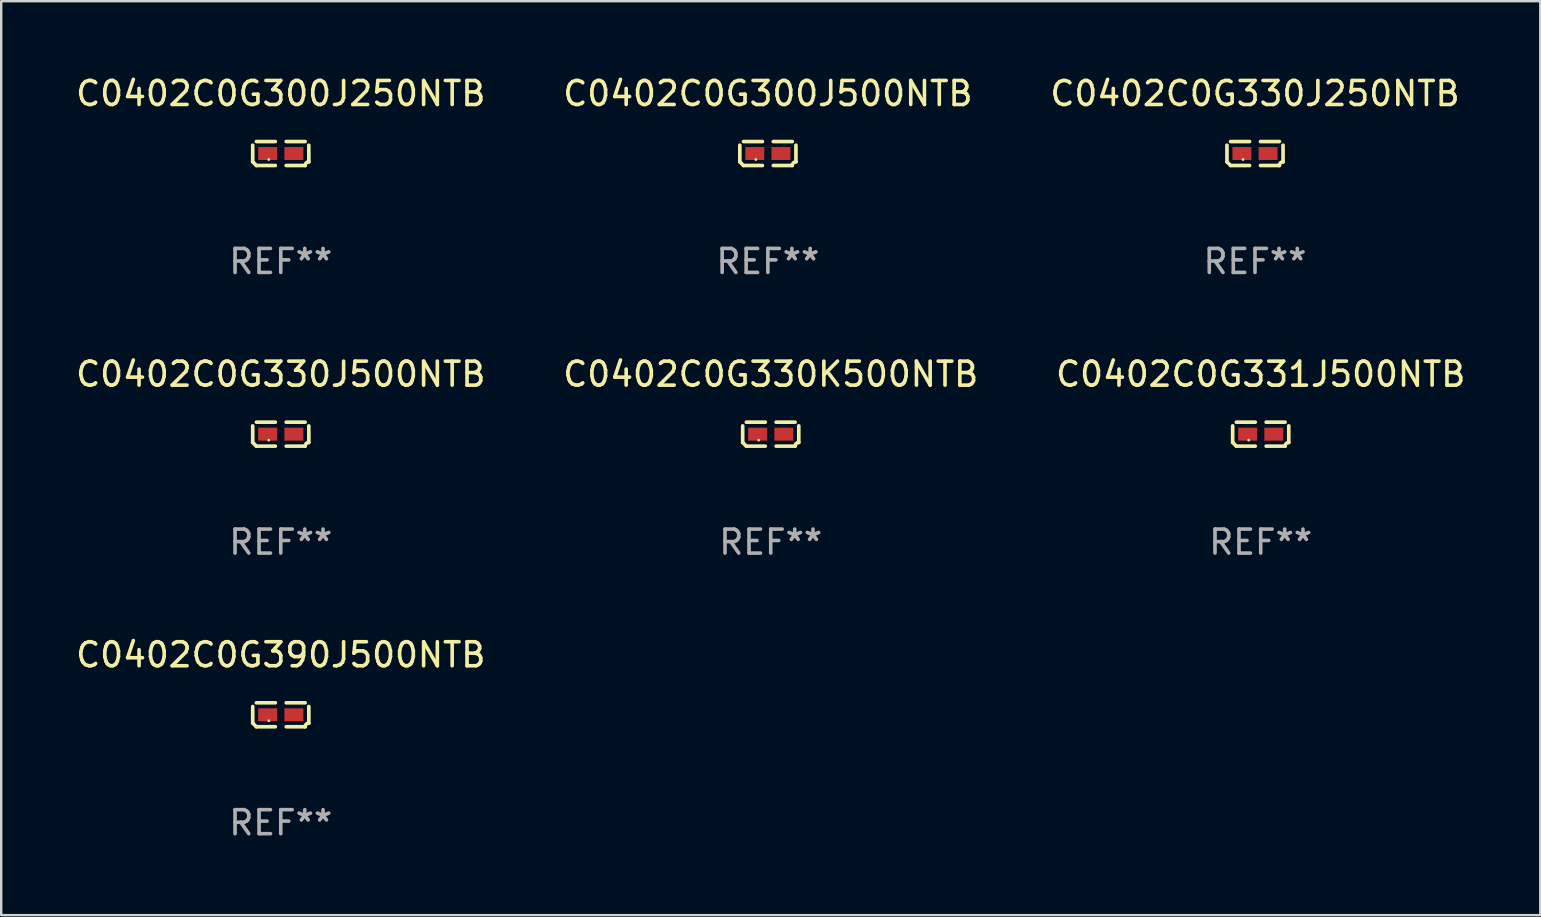
<source format=kicad_pcb>
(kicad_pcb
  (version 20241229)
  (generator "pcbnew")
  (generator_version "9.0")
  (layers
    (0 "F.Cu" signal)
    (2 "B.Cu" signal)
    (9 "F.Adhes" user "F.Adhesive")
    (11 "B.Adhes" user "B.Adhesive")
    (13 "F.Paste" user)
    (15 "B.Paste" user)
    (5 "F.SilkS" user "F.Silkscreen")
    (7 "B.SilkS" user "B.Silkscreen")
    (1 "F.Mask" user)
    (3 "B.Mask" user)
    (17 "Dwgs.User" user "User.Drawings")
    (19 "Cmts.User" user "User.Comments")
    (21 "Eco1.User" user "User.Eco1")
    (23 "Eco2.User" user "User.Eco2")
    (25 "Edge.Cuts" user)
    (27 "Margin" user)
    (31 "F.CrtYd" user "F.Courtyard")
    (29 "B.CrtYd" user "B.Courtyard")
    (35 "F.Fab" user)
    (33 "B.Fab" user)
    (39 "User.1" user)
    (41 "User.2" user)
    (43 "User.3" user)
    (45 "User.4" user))
  (footprint "C0402C0G300J250NTB"
    (layer "F.Cu")
    (at 8.649 3.347)
    (property "Reference" "C0402C0G300J250NTB" (at 0 -2.499 0) (layer "F.SilkS") (effects (font (size 1 1) (thickness 0.15))))
    (attr through_hole)
    (fp_line (start -1.169 0.346) (end -1.169 -0.346) (stroke (width 0.152) (type solid)) (layer "F.SilkS"))
    (fp_line (start -1.016 -0.499) (end -0.226 -0.499) (stroke (width 0.152) (type solid)) (layer "F.SilkS"))
    (fp_line (start -0.226 0.499) (end -1.016 0.499) (stroke (width 0.152) (type solid)) (layer "F.SilkS"))
    (fp_line (start 0.226 0.499) (end 1.016 0.499) (stroke (width 0.152) (type solid)) (layer "F.SilkS"))
    (fp_line (start 1.016 -0.499) (end 0.226 -0.499) (stroke (width 0.152) (type solid)) (layer "F.SilkS"))
    (fp_line (start 1.169 0.346) (end 1.169 -0.346) (stroke (width 0.152) (type solid)) (layer "F.SilkS"))
    (fp_arc (start -1.016307 0.498603) (mid -1.092512 0.422405) (end -1.16871 0.3462) (stroke (width 0.1524) (type solid)) (layer "F.SilkS"))
    (fp_arc (start 1.016307 0.498603) (mid 1.060899 0.390758) (end 1.168707 0.346076) (stroke (width 0.1524) (type solid)) (layer "F.SilkS"))
    (fp_circle (center -0.5 0.25) (end -0.47 0.25) (stroke (width 0.06) (type solid)) (fill no) (layer "F.SilkS"))
    (fp_text user "REF**" (at 0 4.499 0) (layer "F.Fab") (effects (font (size 1 1) (thickness 0.15))))
    (pad "1" smd rect (at -0.545 0) (size 0.79 0.54) (layers "F.Cu" "F.Mask" "F.Paste"))
    (pad "2" smd rect (at 0.545 0) (size 0.79 0.54) (layers "F.Cu" "F.Mask" "F.Paste")))
  (footprint "C0402C0G300J500NTB"
    (layer "F.Cu")
    (at 28.946 3.347)
    (property "Reference" "C0402C0G300J500NTB" (at 0 -2.499 0) (layer "F.SilkS") (effects (font (size 1 1) (thickness 0.15))))
    (attr through_hole)
    (fp_line (start -1.169 0.346) (end -1.169 -0.346) (stroke (width 0.152) (type solid)) (layer "F.SilkS"))
    (fp_line (start -1.016 -0.499) (end -0.226 -0.499) (stroke (width 0.152) (type solid)) (layer "F.SilkS"))
    (fp_line (start -0.226 0.499) (end -1.016 0.499) (stroke (width 0.152) (type solid)) (layer "F.SilkS"))
    (fp_line (start 0.226 0.499) (end 1.016 0.499) (stroke (width 0.152) (type solid)) (layer "F.SilkS"))
    (fp_line (start 1.016 -0.499) (end 0.226 -0.499) (stroke (width 0.152) (type solid)) (layer "F.SilkS"))
    (fp_line (start 1.169 0.346) (end 1.169 -0.346) (stroke (width 0.152) (type solid)) (layer "F.SilkS"))
    (fp_arc (start -1.016307 0.498603) (mid -1.092512 0.422405) (end -1.16871 0.3462) (stroke (width 0.1524) (type solid)) (layer "F.SilkS"))
    (fp_arc (start 1.016307 0.498603) (mid 1.060899 0.390758) (end 1.168707 0.346076) (stroke (width 0.1524) (type solid)) (layer "F.SilkS"))
    (fp_circle (center -0.5 0.25) (end -0.47 0.25) (stroke (width 0.06) (type solid)) (fill no) (layer "F.SilkS"))
    (fp_text user "REF**" (at 0 4.499 0) (layer "F.Fab") (effects (font (size 1 1) (thickness 0.15))))
    (pad "1" smd rect (at -0.545 0) (size 0.79 0.54) (layers "F.Cu" "F.Mask" "F.Paste"))
    (pad "2" smd rect (at 0.545 0) (size 0.79 0.54) (layers "F.Cu" "F.Mask" "F.Paste")))
  (footprint "C0402C0G330J250NTB"
    (layer "F.Cu")
    (at 49.244 3.347)
    (property "Reference" "C0402C0G330J250NTB" (at 0 -2.499 0) (layer "F.SilkS") (effects (font (size 1 1) (thickness 0.15))))
    (attr through_hole)
    (fp_line (start -1.169 0.346) (end -1.169 -0.346) (stroke (width 0.152) (type solid)) (layer "F.SilkS"))
    (fp_line (start -1.016 -0.499) (end -0.226 -0.499) (stroke (width 0.152) (type solid)) (layer "F.SilkS"))
    (fp_line (start -0.226 0.499) (end -1.016 0.499) (stroke (width 0.152) (type solid)) (layer "F.SilkS"))
    (fp_line (start 0.226 0.499) (end 1.016 0.499) (stroke (width 0.152) (type solid)) (layer "F.SilkS"))
    (fp_line (start 1.016 -0.499) (end 0.226 -0.499) (stroke (width 0.152) (type solid)) (layer "F.SilkS"))
    (fp_line (start 1.169 0.346) (end 1.169 -0.346) (stroke (width 0.152) (type solid)) (layer "F.SilkS"))
    (fp_arc (start -1.016307 0.498603) (mid -1.092512 0.422405) (end -1.16871 0.3462) (stroke (width 0.1524) (type solid)) (layer "F.SilkS"))
    (fp_arc (start 1.016307 0.498603) (mid 1.060899 0.390758) (end 1.168707 0.346076) (stroke (width 0.1524) (type solid)) (layer "F.SilkS"))
    (fp_circle (center -0.5 0.25) (end -0.47 0.25) (stroke (width 0.06) (type solid)) (fill no) (layer "F.SilkS"))
    (fp_text user "REF**" (at 0 4.499 0) (layer "F.Fab") (effects (font (size 1 1) (thickness 0.15))))
    (pad "1" smd rect (at -0.545 0) (size 0.79 0.54) (layers "F.Cu" "F.Mask" "F.Paste"))
    (pad "2" smd rect (at 0.545 0) (size 0.79 0.54) (layers "F.Cu" "F.Mask" "F.Paste")))
  (footprint "C0402C0G390J500NTB"
    (layer "F.Cu")
    (at 8.649 26.734)
    (property "Reference" "C0402C0G390J500NTB" (at 0 -2.499 0) (layer "F.SilkS") (effects (font (size 1 1) (thickness 0.15))))
    (attr through_hole)
    (fp_line (start -1.169 0.346) (end -1.169 -0.346) (stroke (width 0.152) (type solid)) (layer "F.SilkS"))
    (fp_line (start -1.016 -0.499) (end -0.226 -0.499) (stroke (width 0.152) (type solid)) (layer "F.SilkS"))
    (fp_line (start -0.226 0.499) (end -1.016 0.499) (stroke (width 0.152) (type solid)) (layer "F.SilkS"))
    (fp_line (start 0.226 0.499) (end 1.016 0.499) (stroke (width 0.152) (type solid)) (layer "F.SilkS"))
    (fp_line (start 1.016 -0.499) (end 0.226 -0.499) (stroke (width 0.152) (type solid)) (layer "F.SilkS"))
    (fp_line (start 1.169 0.346) (end 1.169 -0.346) (stroke (width 0.152) (type solid)) (layer "F.SilkS"))
    (fp_arc (start -1.016307 0.498603) (mid -1.092512 0.422405) (end -1.16871 0.3462) (stroke (width 0.1524) (type solid)) (layer "F.SilkS"))
    (fp_arc (start 1.016307 0.498603) (mid 1.060899 0.390758) (end 1.168707 0.346076) (stroke (width 0.1524) (type solid)) (layer "F.SilkS"))
    (fp_circle (center -0.5 0.25) (end -0.47 0.25) (stroke (width 0.06) (type solid)) (fill no) (layer "F.SilkS"))
    (fp_text user "REF**" (at 0 4.499 0) (layer "F.Fab") (effects (font (size 1 1) (thickness 0.15))))
    (pad "1" smd rect (at -0.545 0) (size 0.79 0.54) (layers "F.Cu" "F.Mask" "F.Paste"))
    (pad "2" smd rect (at 0.545 0) (size 0.79 0.54) (layers "F.Cu" "F.Mask" "F.Paste")))
  (footprint "C0402C0G330K500NTB"
    (layer "F.Cu")
    (at 29.065 15.041)
    (property "Reference" "C0402C0G330K500NTB" (at 0 -2.499 0) (layer "F.SilkS") (effects (font (size 1 1) (thickness 0.15))))
    (attr through_hole)
    (fp_line (start -1.169 0.346) (end -1.169 -0.346) (stroke (width 0.152) (type solid)) (layer "F.SilkS"))
    (fp_line (start -1.016 -0.499) (end -0.226 -0.499) (stroke (width 0.152) (type solid)) (layer "F.SilkS"))
    (fp_line (start -0.226 0.499) (end -1.016 0.499) (stroke (width 0.152) (type solid)) (layer "F.SilkS"))
    (fp_line (start 0.226 0.499) (end 1.016 0.499) (stroke (width 0.152) (type solid)) (layer "F.SilkS"))
    (fp_line (start 1.016 -0.499) (end 0.226 -0.499) (stroke (width 0.152) (type solid)) (layer "F.SilkS"))
    (fp_line (start 1.169 0.346) (end 1.169 -0.346) (stroke (width 0.152) (type solid)) (layer "F.SilkS"))
    (fp_arc (start -1.016307 0.498603) (mid -1.092512 0.422405) (end -1.16871 0.3462) (stroke (width 0.1524) (type solid)) (layer "F.SilkS"))
    (fp_arc (start 1.016307 0.498603) (mid 1.060899 0.390758) (end 1.168707 0.346076) (stroke (width 0.1524) (type solid)) (layer "F.SilkS"))
    (fp_circle (center -0.5 0.25) (end -0.47 0.25) (stroke (width 0.06) (type solid)) (fill no) (layer "F.SilkS"))
    (fp_text user "REF**" (at 0 4.499 0) (layer "F.Fab") (effects (font (size 1 1) (thickness 0.15))))
    (pad "1" smd rect (at -0.545 0) (size 0.79 0.54) (layers "F.Cu" "F.Mask" "F.Paste"))
    (pad "2" smd rect (at 0.545 0) (size 0.79 0.54) (layers "F.Cu" "F.Mask" "F.Paste")))
  (footprint "C0402C0G331J500NTB"
    (layer "F.Cu")
    (at 49.482 15.041)
    (property "Reference" "C0402C0G331J500NTB" (at 0 -2.499 0) (layer "F.SilkS") (effects (font (size 1 1) (thickness 0.15))))
    (attr through_hole)
    (fp_line (start -1.169 0.346) (end -1.169 -0.346) (stroke (width 0.152) (type solid)) (layer "F.SilkS"))
    (fp_line (start -1.016 -0.499) (end -0.226 -0.499) (stroke (width 0.152) (type solid)) (layer "F.SilkS"))
    (fp_line (start -0.226 0.499) (end -1.016 0.499) (stroke (width 0.152) (type solid)) (layer "F.SilkS"))
    (fp_line (start 0.226 0.499) (end 1.016 0.499) (stroke (width 0.152) (type solid)) (layer "F.SilkS"))
    (fp_line (start 1.016 -0.499) (end 0.226 -0.499) (stroke (width 0.152) (type solid)) (layer "F.SilkS"))
    (fp_line (start 1.169 0.346) (end 1.169 -0.346) (stroke (width 0.152) (type solid)) (layer "F.SilkS"))
    (fp_arc (start -1.016307 0.498603) (mid -1.092512 0.422405) (end -1.16871 0.3462) (stroke (width 0.1524) (type solid)) (layer "F.SilkS"))
    (fp_arc (start 1.016307 0.498603) (mid 1.060899 0.390758) (end 1.168707 0.346076) (stroke (width 0.1524) (type solid)) (layer "F.SilkS"))
    (fp_circle (center -0.5 0.25) (end -0.47 0.25) (stroke (width 0.06) (type solid)) (fill no) (layer "F.SilkS"))
    (fp_text user "REF**" (at 0 4.499 0) (layer "F.Fab") (effects (font (size 1 1) (thickness 0.15))))
    (pad "1" smd rect (at -0.545 0) (size 0.79 0.54) (layers "F.Cu" "F.Mask" "F.Paste"))
    (pad "2" smd rect (at 0.545 0) (size 0.79 0.54) (layers "F.Cu" "F.Mask" "F.Paste")))
  (footprint "C0402C0G330J500NTB"
    (layer "F.Cu")
    (at 8.649 15.041)
    (property "Reference" "C0402C0G330J500NTB" (at 0 -2.499 0) (layer "F.SilkS") (effects (font (size 1 1) (thickness 0.15))))
    (attr through_hole)
    (fp_line (start -1.169 0.346) (end -1.169 -0.346) (stroke (width 0.152) (type solid)) (layer "F.SilkS"))
    (fp_line (start -1.016 -0.499) (end -0.226 -0.499) (stroke (width 0.152) (type solid)) (layer "F.SilkS"))
    (fp_line (start -0.226 0.499) (end -1.016 0.499) (stroke (width 0.152) (type solid)) (layer "F.SilkS"))
    (fp_line (start 0.226 0.499) (end 1.016 0.499) (stroke (width 0.152) (type solid)) (layer "F.SilkS"))
    (fp_line (start 1.016 -0.499) (end 0.226 -0.499) (stroke (width 0.152) (type solid)) (layer "F.SilkS"))
    (fp_line (start 1.169 0.346) (end 1.169 -0.346) (stroke (width 0.152) (type solid)) (layer "F.SilkS"))
    (fp_arc (start -1.016307 0.498603) (mid -1.092512 0.422405) (end -1.16871 0.3462) (stroke (width 0.1524) (type solid)) (layer "F.SilkS"))
    (fp_arc (start 1.016307 0.498603) (mid 1.060899 0.390758) (end 1.168707 0.346076) (stroke (width 0.1524) (type solid)) (layer "F.SilkS"))
    (fp_circle (center -0.5 0.25) (end -0.47 0.25) (stroke (width 0.06) (type solid)) (fill no) (layer "F.SilkS"))
    (fp_text user "REF**" (at 0 4.499 0) (layer "F.Fab") (effects (font (size 1 1) (thickness 0.15))))
    (pad "1" smd rect (at -0.545 0) (size 0.79 0.54) (layers "F.Cu" "F.Mask" "F.Paste"))
    (pad "2" smd rect (at 0.545 0) (size 0.79 0.54) (layers "F.Cu" "F.Mask" "F.Paste")))
  (gr_rect
    (start -3 -3)
    (end 61.131 35.081)
    (stroke (width 0.1) (type default))
    (fill no)
    (layer "Edge.Cuts")))
</source>
